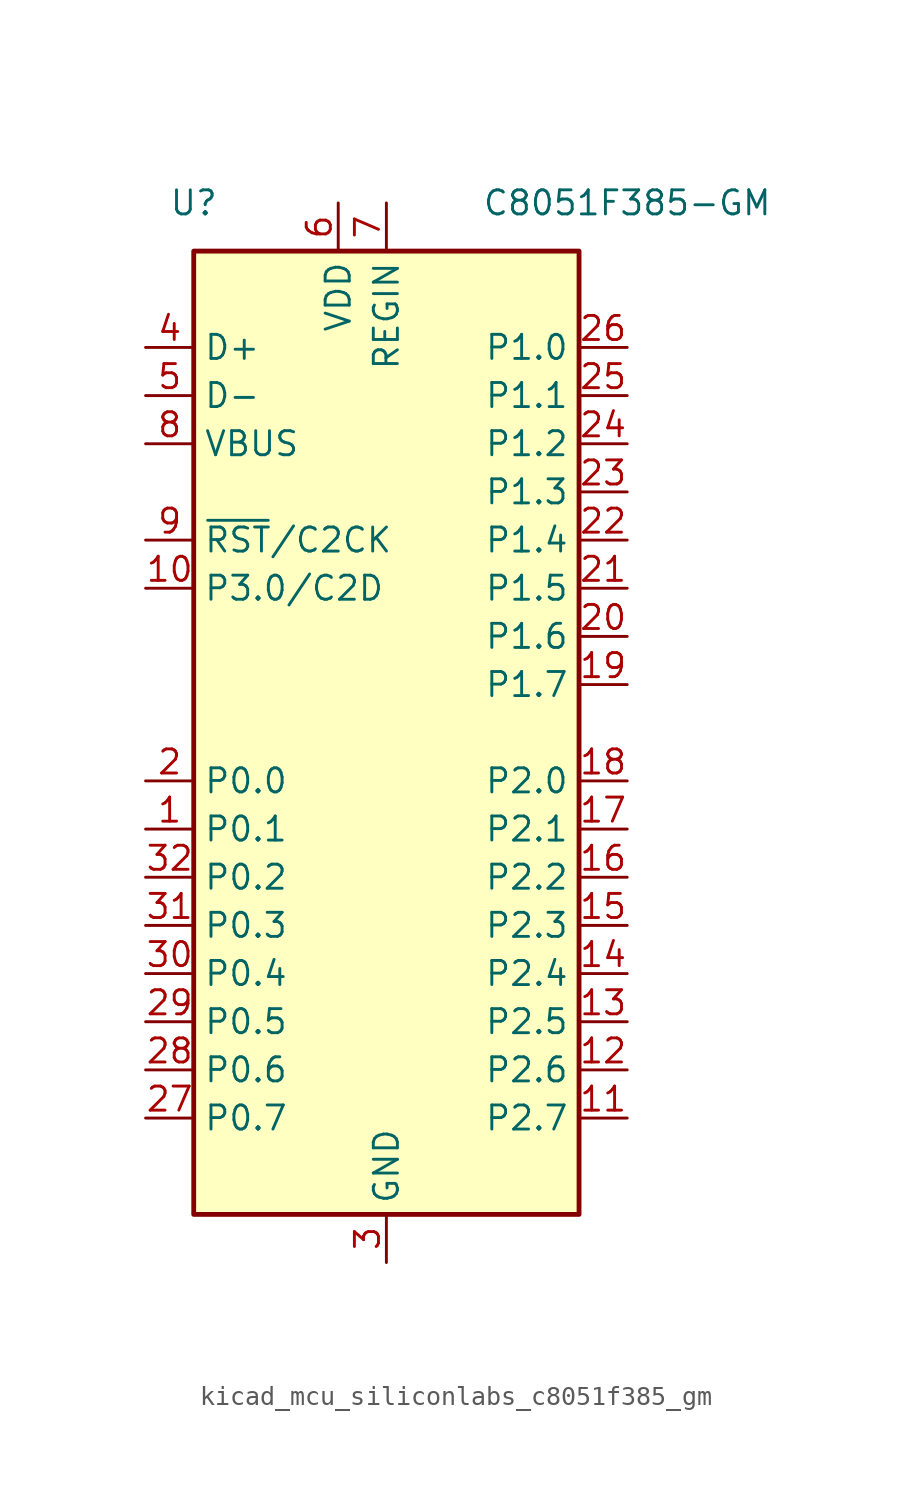
<source format=kicad_sym>
(kicad_symbol_lib
  (version 20220914)
  (generator kicad_symbol_editor)
  (symbol "kicad_mcu_siliconlabs_c8051f385_gm"
    (property "Reference" "U"
      (at -10.16 27.94 0)
      (effects (font (size 1.27 1.27))))
    (property "Value" "C8051F385-GM"
      (at 12.7 27.94 0)
      (effects (font (size 1.27 1.27))))
    (symbol "kicad_mcu_siliconlabs_c8051f385_gm_0_1"
      (rectangle (start -10.16 25.4) (end 10.16 -25.4) (stroke (width 0.254) (type default)) (fill (type background))))
    (symbol "kicad_mcu_siliconlabs_c8051f385_gm_1_1"
      (pin bidirectional line (at -12.7 -5.08 0) (length 2.54) (name "P0.1" (effects (font (size 1.27 1.27)))) (number "1" (effects (font (size 1.27 1.27)))))
      (pin bidirectional line (at -12.7 7.62 0) (length 2.54) (name "P3.0/C2D" (effects (font (size 1.27 1.27)))) (number "10" (effects (font (size 1.27 1.27)))))
      (pin bidirectional line (at 12.7 -20.32 180) (length 2.54) (name "P2.7" (effects (font (size 1.27 1.27)))) (number "11" (effects (font (size 1.27 1.27)))))
      (pin bidirectional line (at 12.7 -17.78 180) (length 2.54) (name "P2.6" (effects (font (size 1.27 1.27)))) (number "12" (effects (font (size 1.27 1.27)))))
      (pin bidirectional line (at 12.7 -15.24 180) (length 2.54) (name "P2.5" (effects (font (size 1.27 1.27)))) (number "13" (effects (font (size 1.27 1.27)))))
      (pin bidirectional line (at 12.7 -12.7 180) (length 2.54) (name "P2.4" (effects (font (size 1.27 1.27)))) (number "14" (effects (font (size 1.27 1.27)))))
      (pin bidirectional line (at 12.7 -10.16 180) (length 2.54) (name "P2.3" (effects (font (size 1.27 1.27)))) (number "15" (effects (font (size 1.27 1.27)))))
      (pin bidirectional line (at 12.7 -7.62 180) (length 2.54) (name "P2.2" (effects (font (size 1.27 1.27)))) (number "16" (effects (font (size 1.27 1.27)))))
      (pin bidirectional line (at 12.7 -5.08 180) (length 2.54) (name "P2.1" (effects (font (size 1.27 1.27)))) (number "17" (effects (font (size 1.27 1.27)))))
      (pin bidirectional line (at 12.7 -2.54 180) (length 2.54) (name "P2.0" (effects (font (size 1.27 1.27)))) (number "18" (effects (font (size 1.27 1.27)))))
      (pin bidirectional line (at 12.7 2.54 180) (length 2.54) (name "P1.7" (effects (font (size 1.27 1.27)))) (number "19" (effects (font (size 1.27 1.27)))))
      (pin bidirectional line (at -12.7 -2.54 0) (length 2.54) (name "P0.0" (effects (font (size 1.27 1.27)))) (number "2" (effects (font (size 1.27 1.27)))))
      (pin bidirectional line (at 12.7 5.08 180) (length 2.54) (name "P1.6" (effects (font (size 1.27 1.27)))) (number "20" (effects (font (size 1.27 1.27)))))
      (pin bidirectional line (at 12.7 7.62 180) (length 2.54) (name "P1.5" (effects (font (size 1.27 1.27)))) (number "21" (effects (font (size 1.27 1.27)))))
      (pin bidirectional line (at 12.7 10.16 180) (length 2.54) (name "P1.4" (effects (font (size 1.27 1.27)))) (number "22" (effects (font (size 1.27 1.27)))))
      (pin bidirectional line (at 12.7 12.7 180) (length 2.54) (name "P1.3" (effects (font (size 1.27 1.27)))) (number "23" (effects (font (size 1.27 1.27)))))
      (pin bidirectional line (at 12.7 15.24 180) (length 2.54) (name "P1.2" (effects (font (size 1.27 1.27)))) (number "24" (effects (font (size 1.27 1.27)))))
      (pin bidirectional line (at 12.7 17.78 180) (length 2.54) (name "P1.1" (effects (font (size 1.27 1.27)))) (number "25" (effects (font (size 1.27 1.27)))))
      (pin bidirectional line (at 12.7 20.32 180) (length 2.54) (name "P1.0" (effects (font (size 1.27 1.27)))) (number "26" (effects (font (size 1.27 1.27)))))
      (pin bidirectional line (at -12.7 -20.32 0) (length 2.54) (name "P0.7" (effects (font (size 1.27 1.27)))) (number "27" (effects (font (size 1.27 1.27)))))
      (pin bidirectional line (at -12.7 -17.78 0) (length 2.54) (name "P0.6" (effects (font (size 1.27 1.27)))) (number "28" (effects (font (size 1.27 1.27)))))
      (pin bidirectional line (at -12.7 -15.24 0) (length 2.54) (name "P0.5" (effects (font (size 1.27 1.27)))) (number "29" (effects (font (size 1.27 1.27)))))
      (pin power_in line (at 0 -27.94 90) (length 2.54) (name "GND" (effects (font (size 1.27 1.27)))) (number "3" (effects (font (size 1.27 1.27)))))
      (pin bidirectional line (at -12.7 -12.7 0) (length 2.54) (name "P0.4" (effects (font (size 1.27 1.27)))) (number "30" (effects (font (size 1.27 1.27)))))
      (pin bidirectional line (at -12.7 -10.16 0) (length 2.54) (name "P0.3" (effects (font (size 1.27 1.27)))) (number "31" (effects (font (size 1.27 1.27)))))
      (pin bidirectional line (at -12.7 -7.62 0) (length 2.54) (name "P0.2" (effects (font (size 1.27 1.27)))) (number "32" (effects (font (size 1.27 1.27)))))
      (pin passive line (at 0 -27.94 90) (length 2.54) hide (name "GND" (effects (font (size 1.27 1.27)))) (number "33" (effects (font (size 1.27 1.27)))))
      (pin bidirectional line (at -12.7 20.32 0) (length 2.54) (name "D+" (effects (font (size 1.27 1.27)))) (number "4" (effects (font (size 1.27 1.27)))))
      (pin bidirectional line (at -12.7 17.78 0) (length 2.54) (name "D-" (effects (font (size 1.27 1.27)))) (number "5" (effects (font (size 1.27 1.27)))))
      (pin power_in line (at -2.54 27.94 270) (length 2.54) (name "VDD" (effects (font (size 1.27 1.27)))) (number "6" (effects (font (size 1.27 1.27)))))
      (pin power_in line (at 0 27.94 270) (length 2.54) (name "REGIN" (effects (font (size 1.27 1.27)))) (number "7" (effects (font (size 1.27 1.27)))))
      (pin input line (at -12.7 15.24 0) (length 2.54) (name "VBUS" (effects (font (size 1.27 1.27)))) (number "8" (effects (font (size 1.27 1.27)))))
      (pin input line (at -12.7 10.16 0) (length 2.54) (name "~{RST}/C2CK" (effects (font (size 1.27 1.27)))) (number "9" (effects (font (size 1.27 1.27))))))))
</source>
